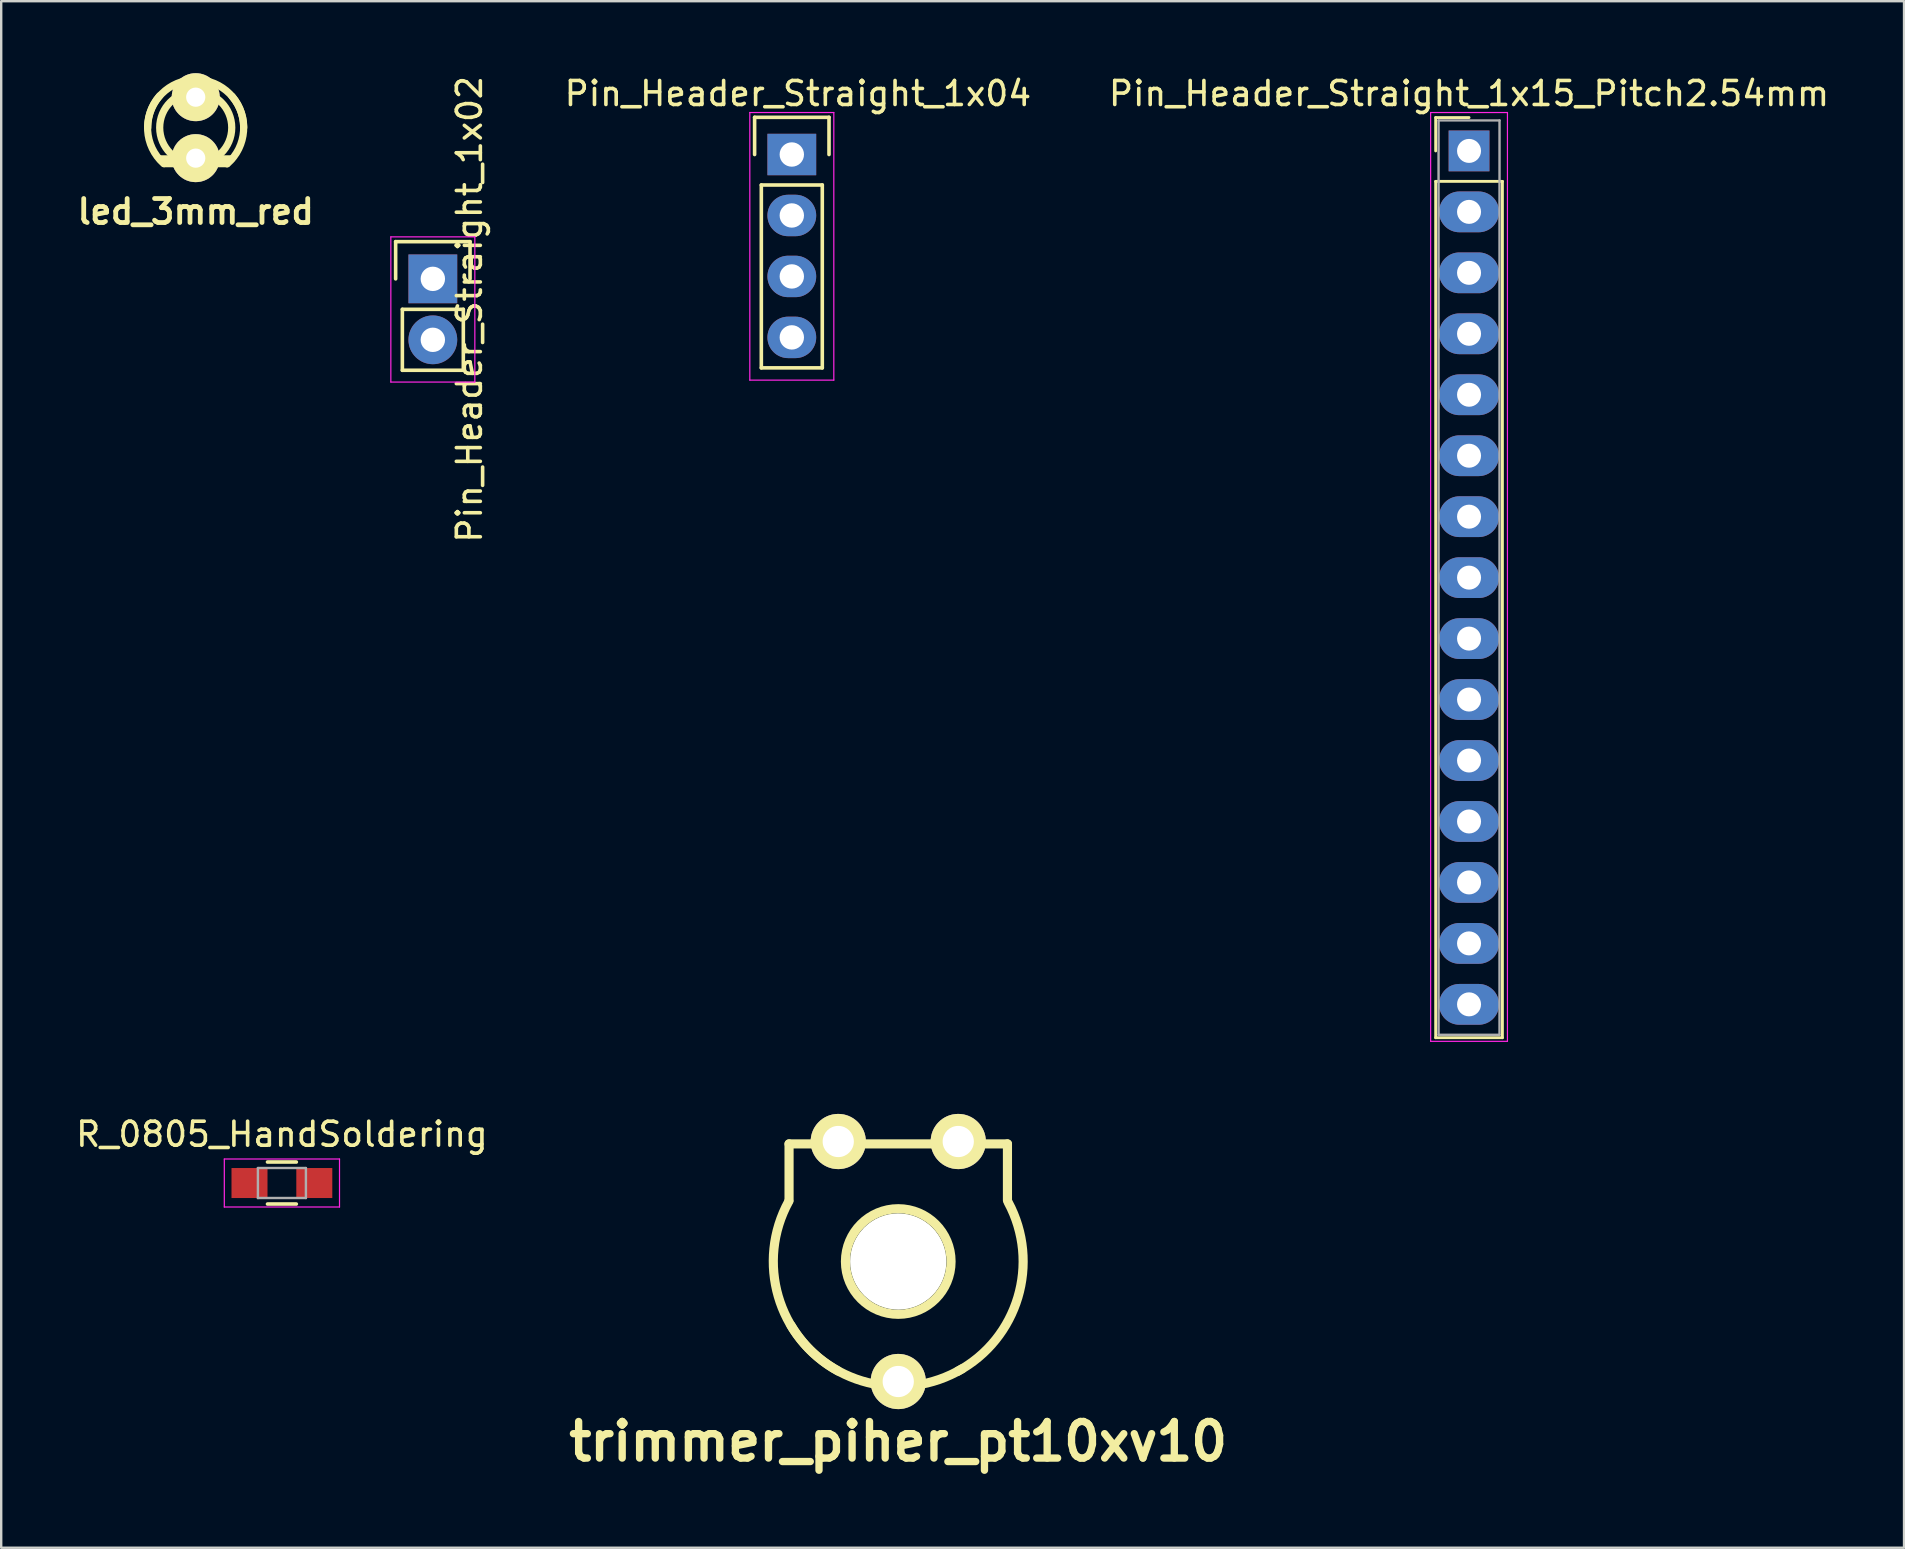
<source format=kicad_pcb>
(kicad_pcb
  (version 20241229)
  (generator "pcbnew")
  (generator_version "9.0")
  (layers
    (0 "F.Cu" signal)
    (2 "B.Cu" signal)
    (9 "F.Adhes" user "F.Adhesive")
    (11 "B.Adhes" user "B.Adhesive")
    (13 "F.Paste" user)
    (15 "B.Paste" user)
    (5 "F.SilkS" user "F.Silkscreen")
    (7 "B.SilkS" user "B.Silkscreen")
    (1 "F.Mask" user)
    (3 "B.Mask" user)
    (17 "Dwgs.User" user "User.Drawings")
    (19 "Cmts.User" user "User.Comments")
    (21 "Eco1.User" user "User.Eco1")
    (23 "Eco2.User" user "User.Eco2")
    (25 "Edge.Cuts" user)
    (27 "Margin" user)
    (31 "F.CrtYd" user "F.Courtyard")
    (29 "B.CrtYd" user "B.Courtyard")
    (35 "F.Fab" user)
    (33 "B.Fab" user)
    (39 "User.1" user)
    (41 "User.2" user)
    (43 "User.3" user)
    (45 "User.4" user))
  (footprint "Pin_Header_Straight_1x04"
    (layer "F.Cu")
    (at 29.942 3.388)
    (property "Reference" "Pin_Header_Straight_1x04" (at 0.254 -2.54 0) (layer "F.SilkS") (effects (font (size 1 1) (thickness 0.15))))
    (attr through_hole)
    (fp_line (start -1.55 -1.55) (end 1.55 -1.55) (stroke (width 0.15) (type solid)) (layer "F.SilkS"))
    (fp_line (start -1.55 0) (end -1.55 -1.55) (stroke (width 0.15) (type solid)) (layer "F.SilkS"))
    (fp_line (start -1.27 1.27) (end -1.27 8.89) (stroke (width 0.15) (type solid)) (layer "F.SilkS"))
    (fp_line (start -1.27 8.89) (end 1.27 8.89) (stroke (width 0.15) (type solid)) (layer "F.SilkS"))
    (fp_line (start 1.27 1.27) (end -1.27 1.27) (stroke (width 0.15) (type solid)) (layer "F.SilkS"))
    (fp_line (start 1.27 1.27) (end 1.27 8.89) (stroke (width 0.15) (type solid)) (layer "F.SilkS"))
    (fp_line (start 1.55 -1.55) (end 1.55 0) (stroke (width 0.15) (type solid)) (layer "F.SilkS"))
    (fp_line (start -1.75 -1.75) (end -1.75 9.4) (stroke (width 0.05) (type solid)) (layer "F.CrtYd"))
    (fp_line (start -1.75 -1.75) (end 1.75 -1.75) (stroke (width 0.05) (type solid)) (layer "F.CrtYd"))
    (fp_line (start -1.75 9.4) (end 1.75 9.4) (stroke (width 0.05) (type solid)) (layer "F.CrtYd"))
    (fp_line (start 1.75 -1.75) (end 1.75 9.4) (stroke (width 0.05) (type solid)) (layer "F.CrtYd"))
    (pad "1" thru_hole rect (at 0 0) (size 2.032 1.727) (drill 1.016) (layers "*.Cu" "*.Mask"))
    (pad "2" thru_hole oval (at 0 2.54) (size 2.032 1.727) (drill 1.016) (layers "*.Cu" "*.Mask"))
    (pad "3" thru_hole oval (at 0 5.08) (size 2.032 1.727) (drill 1.016) (layers "*.Cu" "*.Mask"))
    (pad "4" thru_hole oval (at 0 7.62) (size 2.032 1.727) (drill 1.016) (layers "*.Cu" "*.Mask")))
  (footprint "Pin_Header_Straight_1x02"
    (layer "F.Cu")
    (at 14.985 8.569)
    (property "Reference" "Pin_Header_Straight_1x02" (at 1.524 1.27 90) (layer "F.SilkS") (effects (font (size 1 1) (thickness 0.15))))
    (attr through_hole)
    (fp_line (start -1.55 -1.55) (end 1.55 -1.55) (stroke (width 0.15) (type solid)) (layer "F.SilkS"))
    (fp_line (start -1.55 0) (end -1.55 -1.55) (stroke (width 0.15) (type solid)) (layer "F.SilkS"))
    (fp_line (start -1.27 1.27) (end -1.27 3.81) (stroke (width 0.15) (type solid)) (layer "F.SilkS"))
    (fp_line (start -1.27 3.81) (end 1.27 3.81) (stroke (width 0.15) (type solid)) (layer "F.SilkS"))
    (fp_line (start 1.27 1.27) (end -1.27 1.27) (stroke (width 0.15) (type solid)) (layer "F.SilkS"))
    (fp_line (start 1.27 1.27) (end 1.27 3.81) (stroke (width 0.15) (type solid)) (layer "F.SilkS"))
    (fp_line (start 1.55 -1.55) (end 1.55 0) (stroke (width 0.15) (type solid)) (layer "F.SilkS"))
    (fp_line (start -1.75 -1.75) (end -1.75 4.3) (stroke (width 0.05) (type solid)) (layer "F.CrtYd"))
    (fp_line (start -1.75 -1.75) (end 1.75 -1.75) (stroke (width 0.05) (type solid)) (layer "F.CrtYd"))
    (fp_line (start -1.75 4.3) (end 1.75 4.3) (stroke (width 0.05) (type solid)) (layer "F.CrtYd"))
    (fp_line (start 1.75 -1.75) (end 1.75 4.3) (stroke (width 0.05) (type solid)) (layer "F.CrtYd"))
    (pad "1" thru_hole rect (at 0 0) (size 2.032 2.032) (drill 1.016) (layers "*.Cu" "*.Mask"))
    (pad "2" thru_hole oval (at 0 2.54) (size 2.032 2.032) (drill 1.016) (layers "*.Cu" "*.Mask")))
  (footprint "led_3mm_red"
    (layer "F.Cu")
    (at 5.105 2.269)
    (property "Reference" "led_3mm_red" (at 0 3.5 0) (layer "F.SilkS") (effects (font (size 1 1) (thickness 0.2))))
    (attr through_hole)
    (fp_line (start -1.501 1.3) (end 1.501 1.3) (stroke (width 0.3) (type solid)) (layer "F.SilkS"))
    (fp_line (start -1.3 1.501) (end 1.3 1.501) (stroke (width 0.3) (type solid)) (layer "F.SilkS"))
    (fp_arc (start -1.99898 0) (mid -1.413492 -1.413492) (end 0 -1.99898) (stroke (width 0.29972) (type solid)) (layer "F.SilkS"))
    (fp_arc (start -1.33096 1.50114) (mid -2.002597 0.120335) (end -1.50114 -1.33096) (stroke (width 0.29972) (type solid)) (layer "F.SilkS"))
    (fp_arc (start 0 -1.99898) (mid 1.413492 -1.413492) (end 1.99898 0) (stroke (width 0.29972) (type solid)) (layer "F.SilkS"))
    (fp_arc (start 1.50876 -1.31064) (mid 1.993617 0.140092) (end 1.31064 1.50876) (stroke (width 0.29972) (type solid)) (layer "F.SilkS"))
    (fp_circle (center 0 0) (end -1.501 0) (stroke (width 0.3) (type solid)) (fill no) (layer "F.SilkS"))
    (pad "1" thru_hole circle (at 0 -1.27) (size 1.999 1.999) (drill 0.8) (layers "*.Cu" "*.Mask" "F.SilkS"))
    (pad "2" thru_hole circle (at 0 1.27) (size 1.999 1.999) (drill 0.8) (layers "*.Cu" "*.Mask" "F.SilkS")))
  (footprint "R_0805_HandSoldering"
    (layer "F.Cu")
    (at 8.696 46.243)
    (property "Reference" "R_0805_HandSoldering" (at 0 -2.032 0) (layer "F.SilkS") (effects (font (size 1 1) (thickness 0.15))))
    (attr smd)
    (fp_line (start -0.6 -0.875) (end 0.6 -0.875) (stroke (width 0.15) (type solid)) (layer "F.SilkS"))
    (fp_line (start 0.6 0.875) (end -0.6 0.875) (stroke (width 0.15) (type solid)) (layer "F.SilkS"))
    (fp_line (start -2.4 -1) (end -2.4 1) (stroke (width 0.05) (type solid)) (layer "F.CrtYd"))
    (fp_line (start -2.4 -1) (end 2.4 -1) (stroke (width 0.05) (type solid)) (layer "F.CrtYd"))
    (fp_line (start -2.4 1) (end 2.4 1) (stroke (width 0.05) (type solid)) (layer "F.CrtYd"))
    (fp_line (start 2.4 -1) (end 2.4 1) (stroke (width 0.05) (type solid)) (layer "F.CrtYd"))
    (fp_line (start -1 -0.625) (end 1 -0.625) (stroke (width 0.1) (type solid)) (layer "F.Fab"))
    (fp_line (start -1 0.625) (end -1 -0.625) (stroke (width 0.1) (type solid)) (layer "F.Fab"))
    (fp_line (start 1 -0.625) (end 1 0.625) (stroke (width 0.1) (type solid)) (layer "F.Fab"))
    (fp_line (start 1 0.625) (end -1 0.625) (stroke (width 0.1) (type solid)) (layer "F.Fab"))
    (pad "1" smd rect (at -1.35 0) (size 1.5 1.25) (layers "F.Cu" "F.Mask" "F.Paste"))
    (pad "2" smd rect (at 1.35 0) (size 1.5 1.25) (layers "F.Cu" "F.Mask" "F.Paste")))
  (footprint "Pin_Header_Straight_1x15_Pitch2.54mm"
    (layer "F.Cu")
    (at 58.16 3.238)
    (property "Reference" "Pin_Header_Straight_1x15_Pitch2.54mm" (at 0 -2.39 0) (layer "F.SilkS") (effects (font (size 1 1) (thickness 0.15))))
    (attr through_hole)
    (fp_line (start -1.39 -1.39) (end 0 -1.39) (stroke (width 0.12) (type solid)) (layer "F.SilkS"))
    (fp_line (start -1.39 0) (end -1.39 -1.39) (stroke (width 0.12) (type solid)) (layer "F.SilkS"))
    (fp_line (start -1.39 1.27) (end -1.39 36.95) (stroke (width 0.12) (type solid)) (layer "F.SilkS"))
    (fp_line (start -1.39 36.95) (end 1.39 36.95) (stroke (width 0.12) (type solid)) (layer "F.SilkS"))
    (fp_line (start 1.39 1.27) (end -1.39 1.27) (stroke (width 0.12) (type solid)) (layer "F.SilkS"))
    (fp_line (start 1.39 36.95) (end 1.39 1.27) (stroke (width 0.12) (type solid)) (layer "F.SilkS"))
    (fp_line (start -1.6 -1.6) (end -1.6 37.1) (stroke (width 0.05) (type solid)) (layer "F.CrtYd"))
    (fp_line (start -1.6 37.1) (end 1.6 37.1) (stroke (width 0.05) (type solid)) (layer "F.CrtYd"))
    (fp_line (start 1.6 -1.6) (end -1.6 -1.6) (stroke (width 0.05) (type solid)) (layer "F.CrtYd"))
    (fp_line (start 1.6 37.1) (end 1.6 -1.6) (stroke (width 0.05) (type solid)) (layer "F.CrtYd"))
    (fp_line (start -1.27 -1.27) (end -1.27 36.83) (stroke (width 0.1) (type solid)) (layer "F.Fab"))
    (fp_line (start -1.27 36.83) (end 1.27 36.83) (stroke (width 0.1) (type solid)) (layer "F.Fab"))
    (fp_line (start 1.27 -1.27) (end -1.27 -1.27) (stroke (width 0.1) (type solid)) (layer "F.Fab"))
    (fp_line (start 1.27 36.83) (end 1.27 -1.27) (stroke (width 0.1) (type solid)) (layer "F.Fab"))
    (pad "1" thru_hole rect (at 0 0) (size 1.7 1.7) (drill 1) (layers "*.Cu" "*.Mask"))
    (pad "2" thru_hole oval (at 0 2.54) (size 2.5 1.7) (drill 1) (layers "*.Cu" "*.Mask"))
    (pad "3" thru_hole oval (at 0 5.08) (size 2.5 1.7) (drill 1) (layers "*.Cu" "*.Mask"))
    (pad "4" thru_hole oval (at 0 7.62) (size 2.5 1.7) (drill 1) (layers "*.Cu" "*.Mask"))
    (pad "5" thru_hole oval (at 0 10.16) (size 2.5 1.7) (drill 1) (layers "*.Cu" "*.Mask"))
    (pad "6" thru_hole oval (at 0 12.7) (size 2.5 1.7) (drill 1) (layers "*.Cu" "*.Mask"))
    (pad "7" thru_hole oval (at 0 15.24) (size 2.5 1.7) (drill 1) (layers "*.Cu" "*.Mask"))
    (pad "8" thru_hole oval (at 0 17.78) (size 2.5 1.7) (drill 1) (layers "*.Cu" "*.Mask"))
    (pad "9" thru_hole oval (at 0 20.32) (size 2.5 1.7) (drill 1) (layers "*.Cu" "*.Mask"))
    (pad "10" thru_hole oval (at 0 22.86) (size 2.5 1.7) (drill 1) (layers "*.Cu" "*.Mask"))
    (pad "11" thru_hole oval (at 0 25.4) (size 2.5 1.7) (drill 1) (layers "*.Cu" "*.Mask"))
    (pad "12" thru_hole oval (at 0 27.94) (size 2.5 1.7) (drill 1) (layers "*.Cu" "*.Mask"))
    (pad "13" thru_hole oval (at 0 30.48) (size 2.5 1.7) (drill 1) (layers "*.Cu" "*.Mask"))
    (pad "14" thru_hole oval (at 0 33.02) (size 2.5 1.7) (drill 1) (layers "*.Cu" "*.Mask"))
    (pad "15" thru_hole oval (at 0 35.56) (size 2.5 1.7) (drill 1) (layers "*.Cu" "*.Mask")))
  (footprint "trimmer_piher_pt10xv10"
    (layer "F.Cu")
    (at 34.377 49.513)
    (property "Reference" "trimmer_piher_pt10xv10" (at 0 7.5 0) (layer "F.SilkS") (effects (font (size 1.524 1.524) (thickness 0.305))))
    (attr through_hole)
    (fp_line (start -4.55 -4.9) (end -4.55 -2.55) (stroke (width 0.381) (type solid)) (layer "F.SilkS"))
    (fp_line (start 4.55 -4.9) (end -4.55 -4.9) (stroke (width 0.381) (type solid)) (layer "F.SilkS"))
    (fp_line (start 4.55 -2.55) (end 4.55 -4.9) (stroke (width 0.381) (type solid)) (layer "F.SilkS"))
    (fp_arc (start -2.51 4.56) (mid -4.999245 1.449569) (end -4.56 -2.51) (stroke (width 0.381) (type solid)) (layer "F.SilkS"))
    (fp_arc (start 2.66 4.47) (mid -1.279863 5.041671) (end -4.47 2.66) (stroke (width 0.381) (type solid)) (layer "F.SilkS"))
    (fp_arc (start 4.58 -2.47) (mid 4.985103 1.491995) (end 2.47 4.58) (stroke (width 0.381) (type solid)) (layer "F.SilkS"))
    (fp_circle (center 0 0) (end 2.2 0) (stroke (width 0.381) (type solid)) (fill no) (layer "F.SilkS"))
    (pad "" np_thru_hole circle (at 0 0) (size 4 4) (drill 4) (layers "*.Cu" "*.Mask" "F.SilkS"))
    (pad "1" thru_hole circle (at 2.5 -5) (size 2.3 2.3) (drill 1.3) (layers "*.Cu" "*.Mask" "F.SilkS"))
    (pad "2" thru_hole circle (at 0 5) (size 2.3 2.3) (drill 1.3) (layers "*.Cu" "*.Mask" "F.SilkS"))
    (pad "3" thru_hole circle (at -2.5 -5) (size 2.3 2.3) (drill 1.3) (layers "*.Cu" "*.Mask" "F.SilkS")))
  (gr_rect
    (start -3 -3)
    (end 76.285 61.44)
    (stroke (width 0.1) (type default))
    (fill no)
    (layer "Edge.Cuts")))
</source>
